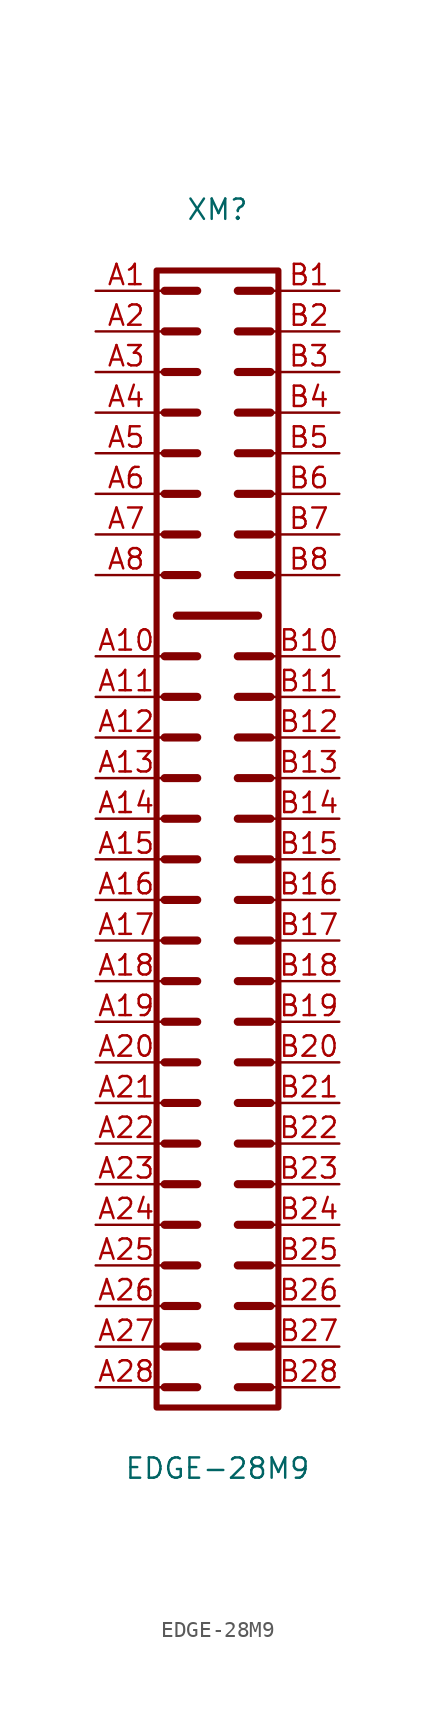
<source format=kicad_sym>
(kicad_symbol_lib
  (version 20231120)
  (generator "kicad_symbol_editor")
  (generator_version "8.0")
  (symbol "EDGE-28M9"
    (pin_names
      (offset 1.016))
    (property "Reference" "XM"
      (at 0 39.37 0)
      (effects (font (size 1.27 1.27))))
    (property "Value" "EDGE-28M9"
      (at 0 -39.37 0)
      (effects (font (size 1.27 1.27))))
    (symbol "EDGE-28M9_0_0"
      (polyline (pts (xy -2.54 13.97) (xy 2.54 13.97)) (stroke (width 0.508) (type default)) (fill (type none))))
    (symbol "EDGE-28M9_0_1"
      (rectangle (start -3.81 35.56) (end 3.81 -35.56) (stroke (width 0.381) (type default)) (fill (type none)))
      (polyline (pts (xy -3.81 -34.29) (xy -3.302 -34.29)) (stroke (width 0) (type default)) (fill (type none)))
      (polyline (pts (xy -3.81 -31.75) (xy -3.302 -31.75)) (stroke (width 0) (type default)) (fill (type none)))
      (polyline (pts (xy -3.81 -29.21) (xy -3.302 -29.21)) (stroke (width 0) (type default)) (fill (type none)))
      (polyline (pts (xy -3.81 -26.67) (xy -3.302 -26.67)) (stroke (width 0) (type default)) (fill (type none)))
      (polyline (pts (xy -3.81 -24.13) (xy -3.302 -24.13)) (stroke (width 0) (type default)) (fill (type none)))
      (polyline (pts (xy -3.81 -21.59) (xy -3.302 -21.59)) (stroke (width 0) (type default)) (fill (type none)))
      (polyline (pts (xy -3.81 -19.05) (xy -3.302 -19.05)) (stroke (width 0) (type default)) (fill (type none)))
      (polyline (pts (xy -3.81 -16.51) (xy -3.302 -16.51)) (stroke (width 0) (type default)) (fill (type none)))
      (polyline (pts (xy -3.81 -13.97) (xy -3.302 -13.97)) (stroke (width 0) (type default)) (fill (type none)))
      (polyline (pts (xy -3.81 -11.43) (xy -3.302 -11.43)) (stroke (width 0) (type default)) (fill (type none)))
      (polyline (pts (xy -3.81 -8.89) (xy -3.302 -8.89)) (stroke (width 0) (type default)) (fill (type none)))
      (polyline (pts (xy -3.81 -6.35) (xy -3.302 -6.35)) (stroke (width 0) (type default)) (fill (type none)))
      (polyline (pts (xy -3.81 -3.81) (xy -3.302 -3.81)) (stroke (width 0) (type default)) (fill (type none)))
      (polyline (pts (xy -3.81 -1.27) (xy -3.302 -1.27)) (stroke (width 0) (type default)) (fill (type none)))
      (polyline (pts (xy -3.81 1.27) (xy -3.302 1.27)) (stroke (width 0) (type default)) (fill (type none)))
      (polyline (pts (xy -3.81 3.81) (xy -3.302 3.81)) (stroke (width 0) (type default)) (fill (type none)))
      (polyline (pts (xy -3.81 6.35) (xy -3.302 6.35)) (stroke (width 0) (type default)) (fill (type none)))
      (polyline (pts (xy -3.81 8.89) (xy -3.302 8.89)) (stroke (width 0) (type default)) (fill (type none)))
      (polyline (pts (xy -3.81 11.43) (xy -3.302 11.43)) (stroke (width 0) (type default)) (fill (type none)))
      (polyline (pts (xy -3.81 16.51) (xy -3.302 16.51)) (stroke (width 0) (type default)) (fill (type none)))
      (polyline (pts (xy -3.81 19.05) (xy -3.302 19.05)) (stroke (width 0) (type default)) (fill (type none)))
      (polyline (pts (xy -3.81 21.59) (xy -3.302 21.59)) (stroke (width 0) (type default)) (fill (type none)))
      (polyline (pts (xy -3.81 24.13) (xy -3.302 24.13)) (stroke (width 0) (type default)) (fill (type none)))
      (polyline (pts (xy -3.81 26.67) (xy -3.302 26.67)) (stroke (width 0) (type default)) (fill (type none)))
      (polyline (pts (xy -3.81 29.21) (xy -3.302 29.21)) (stroke (width 0) (type default)) (fill (type none)))
      (polyline (pts (xy -3.81 31.75) (xy -3.302 31.75)) (stroke (width 0) (type default)) (fill (type none)))
      (polyline (pts (xy -3.81 34.29) (xy -3.302 34.29)) (stroke (width 0) (type default)) (fill (type none)))
      (polyline (pts (xy -3.302 -34.29) (xy -1.27 -34.29)) (stroke (width 0.508) (type default)) (fill (type none)))
      (polyline (pts (xy -3.302 -31.75) (xy -1.27 -31.75)) (stroke (width 0.508) (type default)) (fill (type none)))
      (polyline (pts (xy -3.302 -29.21) (xy -1.27 -29.21)) (stroke (width 0.508) (type default)) (fill (type none)))
      (polyline (pts (xy -3.302 -26.67) (xy -1.27 -26.67)) (stroke (width 0.508) (type default)) (fill (type none)))
      (polyline (pts (xy -3.302 -24.13) (xy -1.27 -24.13)) (stroke (width 0.508) (type default)) (fill (type none)))
      (polyline (pts (xy -3.302 -21.59) (xy -1.27 -21.59)) (stroke (width 0.508) (type default)) (fill (type none)))
      (polyline (pts (xy -3.302 -19.05) (xy -1.27 -19.05)) (stroke (width 0.508) (type default)) (fill (type none)))
      (polyline (pts (xy -3.302 -16.51) (xy -1.27 -16.51)) (stroke (width 0.508) (type default)) (fill (type none)))
      (polyline (pts (xy -3.302 -13.97) (xy -1.27 -13.97)) (stroke (width 0.508) (type default)) (fill (type none)))
      (polyline (pts (xy -3.302 -11.43) (xy -1.27 -11.43)) (stroke (width 0.508) (type default)) (fill (type none)))
      (polyline (pts (xy -3.302 -8.89) (xy -1.27 -8.89)) (stroke (width 0.508) (type default)) (fill (type none)))
      (polyline (pts (xy -3.302 -6.35) (xy -1.27 -6.35)) (stroke (width 0.508) (type default)) (fill (type none)))
      (polyline (pts (xy -3.302 -3.81) (xy -1.27 -3.81)) (stroke (width 0.508) (type default)) (fill (type none)))
      (polyline (pts (xy -3.302 -1.27) (xy -1.27 -1.27)) (stroke (width 0.508) (type default)) (fill (type none)))
      (polyline (pts (xy -3.302 1.27) (xy -1.27 1.27)) (stroke (width 0.508) (type default)) (fill (type none)))
      (polyline (pts (xy -3.302 3.81) (xy -1.27 3.81)) (stroke (width 0.508) (type default)) (fill (type none)))
      (polyline (pts (xy -3.302 6.35) (xy -1.27 6.35)) (stroke (width 0.508) (type default)) (fill (type none)))
      (polyline (pts (xy -3.302 8.89) (xy -1.27 8.89)) (stroke (width 0.508) (type default)) (fill (type none)))
      (polyline (pts (xy -3.302 11.43) (xy -1.27 11.43)) (stroke (width 0.508) (type default)) (fill (type none)))
      (polyline (pts (xy -3.302 16.51) (xy -1.27 16.51)) (stroke (width 0.508) (type default)) (fill (type none)))
      (polyline (pts (xy -3.302 19.05) (xy -1.27 19.05)) (stroke (width 0.508) (type default)) (fill (type none)))
      (polyline (pts (xy -3.302 21.59) (xy -1.27 21.59)) (stroke (width 0.508) (type default)) (fill (type none)))
      (polyline (pts (xy -3.302 24.13) (xy -1.27 24.13)) (stroke (width 0.508) (type default)) (fill (type none)))
      (polyline (pts (xy -3.302 26.67) (xy -1.27 26.67)) (stroke (width 0.508) (type default)) (fill (type none)))
      (polyline (pts (xy -3.302 29.21) (xy -1.27 29.21)) (stroke (width 0.508) (type default)) (fill (type none)))
      (polyline (pts (xy -3.302 31.75) (xy -1.27 31.75)) (stroke (width 0.508) (type default)) (fill (type none)))
      (polyline (pts (xy -3.302 34.29) (xy -1.27 34.29)) (stroke (width 0.508) (type default)) (fill (type none)))
      (polyline (pts (xy 3.302 -34.29) (xy 1.27 -34.29)) (stroke (width 0.508) (type default)) (fill (type none)))
      (polyline (pts (xy 3.302 -31.75) (xy 1.27 -31.75)) (stroke (width 0.508) (type default)) (fill (type none)))
      (polyline (pts (xy 3.302 -29.21) (xy 1.27 -29.21)) (stroke (width 0.508) (type default)) (fill (type none)))
      (polyline (pts (xy 3.302 -26.67) (xy 1.27 -26.67)) (stroke (width 0.508) (type default)) (fill (type none)))
      (polyline (pts (xy 3.302 -24.13) (xy 1.27 -24.13)) (stroke (width 0.508) (type default)) (fill (type none)))
      (polyline (pts (xy 3.302 -21.59) (xy 1.27 -21.59)) (stroke (width 0.508) (type default)) (fill (type none)))
      (polyline (pts (xy 3.302 -19.05) (xy 1.27 -19.05)) (stroke (width 0.508) (type default)) (fill (type none)))
      (polyline (pts (xy 3.302 -16.51) (xy 1.27 -16.51)) (stroke (width 0.508) (type default)) (fill (type none)))
      (polyline (pts (xy 3.302 -13.97) (xy 1.27 -13.97)) (stroke (width 0.508) (type default)) (fill (type none)))
      (polyline (pts (xy 3.302 -11.43) (xy 1.27 -11.43)) (stroke (width 0.508) (type default)) (fill (type none)))
      (polyline (pts (xy 3.302 -8.89) (xy 1.27 -8.89)) (stroke (width 0.508) (type default)) (fill (type none)))
      (polyline (pts (xy 3.302 -6.35) (xy 1.27 -6.35)) (stroke (width 0.508) (type default)) (fill (type none)))
      (polyline (pts (xy 3.302 -3.81) (xy 1.27 -3.81)) (stroke (width 0.508) (type default)) (fill (type none)))
      (polyline (pts (xy 3.302 -1.27) (xy 1.27 -1.27)) (stroke (width 0.508) (type default)) (fill (type none)))
      (polyline (pts (xy 3.302 1.27) (xy 1.27 1.27)) (stroke (width 0.508) (type default)) (fill (type none)))
      (polyline (pts (xy 3.302 3.81) (xy 1.27 3.81)) (stroke (width 0.508) (type default)) (fill (type none)))
      (polyline (pts (xy 3.302 6.35) (xy 1.27 6.35)) (stroke (width 0.508) (type default)) (fill (type none)))
      (polyline (pts (xy 3.302 8.89) (xy 1.27 8.89)) (stroke (width 0.508) (type default)) (fill (type none)))
      (polyline (pts (xy 3.302 11.43) (xy 1.27 11.43)) (stroke (width 0.508) (type default)) (fill (type none)))
      (polyline (pts (xy 3.302 16.51) (xy 1.27 16.51)) (stroke (width 0.508) (type default)) (fill (type none)))
      (polyline (pts (xy 3.302 19.05) (xy 1.27 19.05)) (stroke (width 0.508) (type default)) (fill (type none)))
      (polyline (pts (xy 3.302 21.59) (xy 1.27 21.59)) (stroke (width 0.508) (type default)) (fill (type none)))
      (polyline (pts (xy 3.302 24.13) (xy 1.27 24.13)) (stroke (width 0.508) (type default)) (fill (type none)))
      (polyline (pts (xy 3.302 26.67) (xy 1.27 26.67)) (stroke (width 0.508) (type default)) (fill (type none)))
      (polyline (pts (xy 3.302 29.21) (xy 1.27 29.21)) (stroke (width 0.508) (type default)) (fill (type none)))
      (polyline (pts (xy 3.302 31.75) (xy 1.27 31.75)) (stroke (width 0.508) (type default)) (fill (type none)))
      (polyline (pts (xy 3.302 34.29) (xy 1.27 34.29)) (stroke (width 0.508) (type default)) (fill (type none)))
      (polyline (pts (xy 3.81 -34.29) (xy 3.302 -34.29)) (stroke (width 0) (type default)) (fill (type none)))
      (polyline (pts (xy 3.81 -31.75) (xy 3.302 -31.75)) (stroke (width 0) (type default)) (fill (type none)))
      (polyline (pts (xy 3.81 -29.21) (xy 3.302 -29.21)) (stroke (width 0) (type default)) (fill (type none)))
      (polyline (pts (xy 3.81 -26.67) (xy 3.302 -26.67)) (stroke (width 0) (type default)) (fill (type none)))
      (polyline (pts (xy 3.81 -24.13) (xy 3.302 -24.13)) (stroke (width 0) (type default)) (fill (type none)))
      (polyline (pts (xy 3.81 -21.59) (xy 3.302 -21.59)) (stroke (width 0) (type default)) (fill (type none)))
      (polyline (pts (xy 3.81 -19.05) (xy 3.302 -19.05)) (stroke (width 0) (type default)) (fill (type none)))
      (polyline (pts (xy 3.81 -16.51) (xy 3.302 -16.51)) (stroke (width 0) (type default)) (fill (type none)))
      (polyline (pts (xy 3.81 -13.97) (xy 3.302 -13.97)) (stroke (width 0) (type default)) (fill (type none)))
      (polyline (pts (xy 3.81 -11.43) (xy 3.302 -11.43)) (stroke (width 0) (type default)) (fill (type none)))
      (polyline (pts (xy 3.81 -8.89) (xy 3.302 -8.89)) (stroke (width 0) (type default)) (fill (type none)))
      (polyline (pts (xy 3.81 -6.35) (xy 3.302 -6.35)) (stroke (width 0) (type default)) (fill (type none)))
      (polyline (pts (xy 3.81 -3.81) (xy 3.302 -3.81)) (stroke (width 0) (type default)) (fill (type none)))
      (polyline (pts (xy 3.81 -1.27) (xy 3.302 -1.27)) (stroke (width 0) (type default)) (fill (type none)))
      (polyline (pts (xy 3.81 1.27) (xy 3.302 1.27)) (stroke (width 0) (type default)) (fill (type none)))
      (polyline (pts (xy 3.81 3.81) (xy 3.302 3.81)) (stroke (width 0) (type default)) (fill (type none)))
      (polyline (pts (xy 3.81 6.35) (xy 3.302 6.35)) (stroke (width 0) (type default)) (fill (type none)))
      (polyline (pts (xy 3.81 8.89) (xy 3.302 8.89)) (stroke (width 0) (type default)) (fill (type none)))
      (polyline (pts (xy 3.81 11.43) (xy 3.302 11.43)) (stroke (width 0) (type default)) (fill (type none)))
      (polyline (pts (xy 3.81 16.51) (xy 3.302 16.51)) (stroke (width 0) (type default)) (fill (type none)))
      (polyline (pts (xy 3.81 19.05) (xy 3.302 19.05)) (stroke (width 0) (type default)) (fill (type none)))
      (polyline (pts (xy 3.81 21.59) (xy 3.302 21.59)) (stroke (width 0) (type default)) (fill (type none)))
      (polyline (pts (xy 3.81 24.13) (xy 3.302 24.13)) (stroke (width 0) (type default)) (fill (type none)))
      (polyline (pts (xy 3.81 26.67) (xy 3.302 26.67)) (stroke (width 0) (type default)) (fill (type none)))
      (polyline (pts (xy 3.81 29.21) (xy 3.302 29.21)) (stroke (width 0) (type default)) (fill (type none)))
      (polyline (pts (xy 3.81 31.75) (xy 3.302 31.75)) (stroke (width 0) (type default)) (fill (type none)))
      (polyline (pts (xy 3.81 34.29) (xy 3.302 34.29)) (stroke (width 0) (type default)) (fill (type none))))
    (symbol "EDGE-28M9_1_1"
      (pin passive line (at -7.62 34.29 0) (length 3.81) (name "~" (effects (font (size 1.27 1.27)))) (number "A1" (effects (font (size 1.27 1.27)))))
      (pin passive line (at -7.62 11.43 0) (length 3.81) (name "~" (effects (font (size 1.27 1.27)))) (number "A10" (effects (font (size 1.27 1.27)))))
      (pin passive line (at -7.62 8.89 0) (length 3.81) (name "~" (effects (font (size 1.27 1.27)))) (number "A11" (effects (font (size 1.27 1.27)))))
      (pin passive line (at -7.62 6.35 0) (length 3.81) (name "~" (effects (font (size 1.27 1.27)))) (number "A12" (effects (font (size 1.27 1.27)))))
      (pin passive line (at -7.62 3.81 0) (length 3.81) (name "~" (effects (font (size 1.27 1.27)))) (number "A13" (effects (font (size 1.27 1.27)))))
      (pin passive line (at -7.62 1.27 0) (length 3.81) (name "~" (effects (font (size 1.27 1.27)))) (number "A14" (effects (font (size 1.27 1.27)))))
      (pin passive line (at -7.62 -1.27 0) (length 3.81) (name "~" (effects (font (size 1.27 1.27)))) (number "A15" (effects (font (size 1.27 1.27)))))
      (pin passive line (at -7.62 -3.81 0) (length 3.81) (name "~" (effects (font (size 1.27 1.27)))) (number "A16" (effects (font (size 1.27 1.27)))))
      (pin passive line (at -7.62 -6.35 0) (length 3.81) (name "~" (effects (font (size 1.27 1.27)))) (number "A17" (effects (font (size 1.27 1.27)))))
      (pin passive line (at -7.62 -8.89 0) (length 3.81) (name "~" (effects (font (size 1.27 1.27)))) (number "A18" (effects (font (size 1.27 1.27)))))
      (pin passive line (at -7.62 -11.43 0) (length 3.81) (name "~" (effects (font (size 1.27 1.27)))) (number "A19" (effects (font (size 1.27 1.27)))))
      (pin passive line (at -7.62 31.75 0) (length 3.81) (name "~" (effects (font (size 1.27 1.27)))) (number "A2" (effects (font (size 1.27 1.27)))))
      (pin passive line (at -7.62 -13.97 0) (length 3.81) (name "~" (effects (font (size 1.27 1.27)))) (number "A20" (effects (font (size 1.27 1.27)))))
      (pin passive line (at -7.62 -16.51 0) (length 3.81) (name "~" (effects (font (size 1.27 1.27)))) (number "A21" (effects (font (size 1.27 1.27)))))
      (pin passive line (at -7.62 -19.05 0) (length 3.81) (name "~" (effects (font (size 1.27 1.27)))) (number "A22" (effects (font (size 1.27 1.27)))))
      (pin passive line (at -7.62 -21.59 0) (length 3.81) (name "~" (effects (font (size 1.27 1.27)))) (number "A23" (effects (font (size 1.27 1.27)))))
      (pin passive line (at -7.62 -24.13 0) (length 3.81) (name "~" (effects (font (size 1.27 1.27)))) (number "A24" (effects (font (size 1.27 1.27)))))
      (pin passive line (at -7.62 -26.67 0) (length 3.81) (name "~" (effects (font (size 1.27 1.27)))) (number "A25" (effects (font (size 1.27 1.27)))))
      (pin passive line (at -7.62 -29.21 0) (length 3.81) (name "~" (effects (font (size 1.27 1.27)))) (number "A26" (effects (font (size 1.27 1.27)))))
      (pin passive line (at -7.62 -31.75 0) (length 3.81) (name "~" (effects (font (size 1.27 1.27)))) (number "A27" (effects (font (size 1.27 1.27)))))
      (pin passive line (at -7.62 -34.29 0) (length 3.81) (name "~" (effects (font (size 1.27 1.27)))) (number "A28" (effects (font (size 1.27 1.27)))))
      (pin passive line (at -7.62 29.21 0) (length 3.81) (name "~" (effects (font (size 1.27 1.27)))) (number "A3" (effects (font (size 1.27 1.27)))))
      (pin passive line (at -7.62 26.67 0) (length 3.81) (name "~" (effects (font (size 1.27 1.27)))) (number "A4" (effects (font (size 1.27 1.27)))))
      (pin passive line (at -7.62 24.13 0) (length 3.81) (name "~" (effects (font (size 1.27 1.27)))) (number "A5" (effects (font (size 1.27 1.27)))))
      (pin passive line (at -7.62 21.59 0) (length 3.81) (name "~" (effects (font (size 1.27 1.27)))) (number "A6" (effects (font (size 1.27 1.27)))))
      (pin passive line (at -7.62 19.05 0) (length 3.81) (name "~" (effects (font (size 1.27 1.27)))) (number "A7" (effects (font (size 1.27 1.27)))))
      (pin passive line (at -7.62 16.51 0) (length 3.81) (name "~" (effects (font (size 1.27 1.27)))) (number "A8" (effects (font (size 1.27 1.27)))))
      (pin passive line (at 7.62 34.29 180) (length 3.81) (name "~" (effects (font (size 1.27 1.27)))) (number "B1" (effects (font (size 1.27 1.27)))))
      (pin passive line (at 7.62 11.43 180) (length 3.81) (name "~" (effects (font (size 1.27 1.27)))) (number "B10" (effects (font (size 1.27 1.27)))))
      (pin passive line (at 7.62 8.89 180) (length 3.81) (name "~" (effects (font (size 1.27 1.27)))) (number "B11" (effects (font (size 1.27 1.27)))))
      (pin passive line (at 7.62 6.35 180) (length 3.81) (name "~" (effects (font (size 1.27 1.27)))) (number "B12" (effects (font (size 1.27 1.27)))))
      (pin passive line (at 7.62 3.81 180) (length 3.81) (name "~" (effects (font (size 1.27 1.27)))) (number "B13" (effects (font (size 1.27 1.27)))))
      (pin passive line (at 7.62 1.27 180) (length 3.81) (name "~" (effects (font (size 1.27 1.27)))) (number "B14" (effects (font (size 1.27 1.27)))))
      (pin passive line (at 7.62 -1.27 180) (length 3.81) (name "~" (effects (font (size 1.27 1.27)))) (number "B15" (effects (font (size 1.27 1.27)))))
      (pin passive line (at 7.62 -3.81 180) (length 3.81) (name "~" (effects (font (size 1.27 1.27)))) (number "B16" (effects (font (size 1.27 1.27)))))
      (pin passive line (at 7.62 -6.35 180) (length 3.81) (name "~" (effects (font (size 1.27 1.27)))) (number "B17" (effects (font (size 1.27 1.27)))))
      (pin passive line (at 7.62 -8.89 180) (length 3.81) (name "~" (effects (font (size 1.27 1.27)))) (number "B18" (effects (font (size 1.27 1.27)))))
      (pin passive line (at 7.62 -11.43 180) (length 3.81) (name "~" (effects (font (size 1.27 1.27)))) (number "B19" (effects (font (size 1.27 1.27)))))
      (pin passive line (at 7.62 31.75 180) (length 3.81) (name "~" (effects (font (size 1.27 1.27)))) (number "B2" (effects (font (size 1.27 1.27)))))
      (pin passive line (at 7.62 -13.97 180) (length 3.81) (name "~" (effects (font (size 1.27 1.27)))) (number "B20" (effects (font (size 1.27 1.27)))))
      (pin passive line (at 7.62 -16.51 180) (length 3.81) (name "~" (effects (font (size 1.27 1.27)))) (number "B21" (effects (font (size 1.27 1.27)))))
      (pin passive line (at 7.62 -19.05 180) (length 3.81) (name "~" (effects (font (size 1.27 1.27)))) (number "B22" (effects (font (size 1.27 1.27)))))
      (pin passive line (at 7.62 -21.59 180) (length 3.81) (name "~" (effects (font (size 1.27 1.27)))) (number "B23" (effects (font (size 1.27 1.27)))))
      (pin passive line (at 7.62 -24.13 180) (length 3.81) (name "~" (effects (font (size 1.27 1.27)))) (number "B24" (effects (font (size 1.27 1.27)))))
      (pin passive line (at 7.62 -26.67 180) (length 3.81) (name "~" (effects (font (size 1.27 1.27)))) (number "B25" (effects (font (size 1.27 1.27)))))
      (pin passive line (at 7.62 -29.21 180) (length 3.81) (name "~" (effects (font (size 1.27 1.27)))) (number "B26" (effects (font (size 1.27 1.27)))))
      (pin passive line (at 7.62 -31.75 180) (length 3.81) (name "~" (effects (font (size 1.27 1.27)))) (number "B27" (effects (font (size 1.27 1.27)))))
      (pin passive line (at 7.62 -34.29 180) (length 3.81) (name "~" (effects (font (size 1.27 1.27)))) (number "B28" (effects (font (size 1.27 1.27)))))
      (pin passive line (at 7.62 29.21 180) (length 3.81) (name "~" (effects (font (size 1.27 1.27)))) (number "B3" (effects (font (size 1.27 1.27)))))
      (pin passive line (at 7.62 26.67 180) (length 3.81) (name "~" (effects (font (size 1.27 1.27)))) (number "B4" (effects (font (size 1.27 1.27)))))
      (pin passive line (at 7.62 24.13 180) (length 3.81) (name "~" (effects (font (size 1.27 1.27)))) (number "B5" (effects (font (size 1.27 1.27)))))
      (pin passive line (at 7.62 21.59 180) (length 3.81) (name "~" (effects (font (size 1.27 1.27)))) (number "B6" (effects (font (size 1.27 1.27)))))
      (pin passive line (at 7.62 19.05 180) (length 3.81) (name "~" (effects (font (size 1.27 1.27)))) (number "B7" (effects (font (size 1.27 1.27)))))
      (pin passive line (at 7.62 16.51 180) (length 3.81) (name "~" (effects (font (size 1.27 1.27)))) (number "B8" (effects (font (size 1.27 1.27))))))))
</source>
